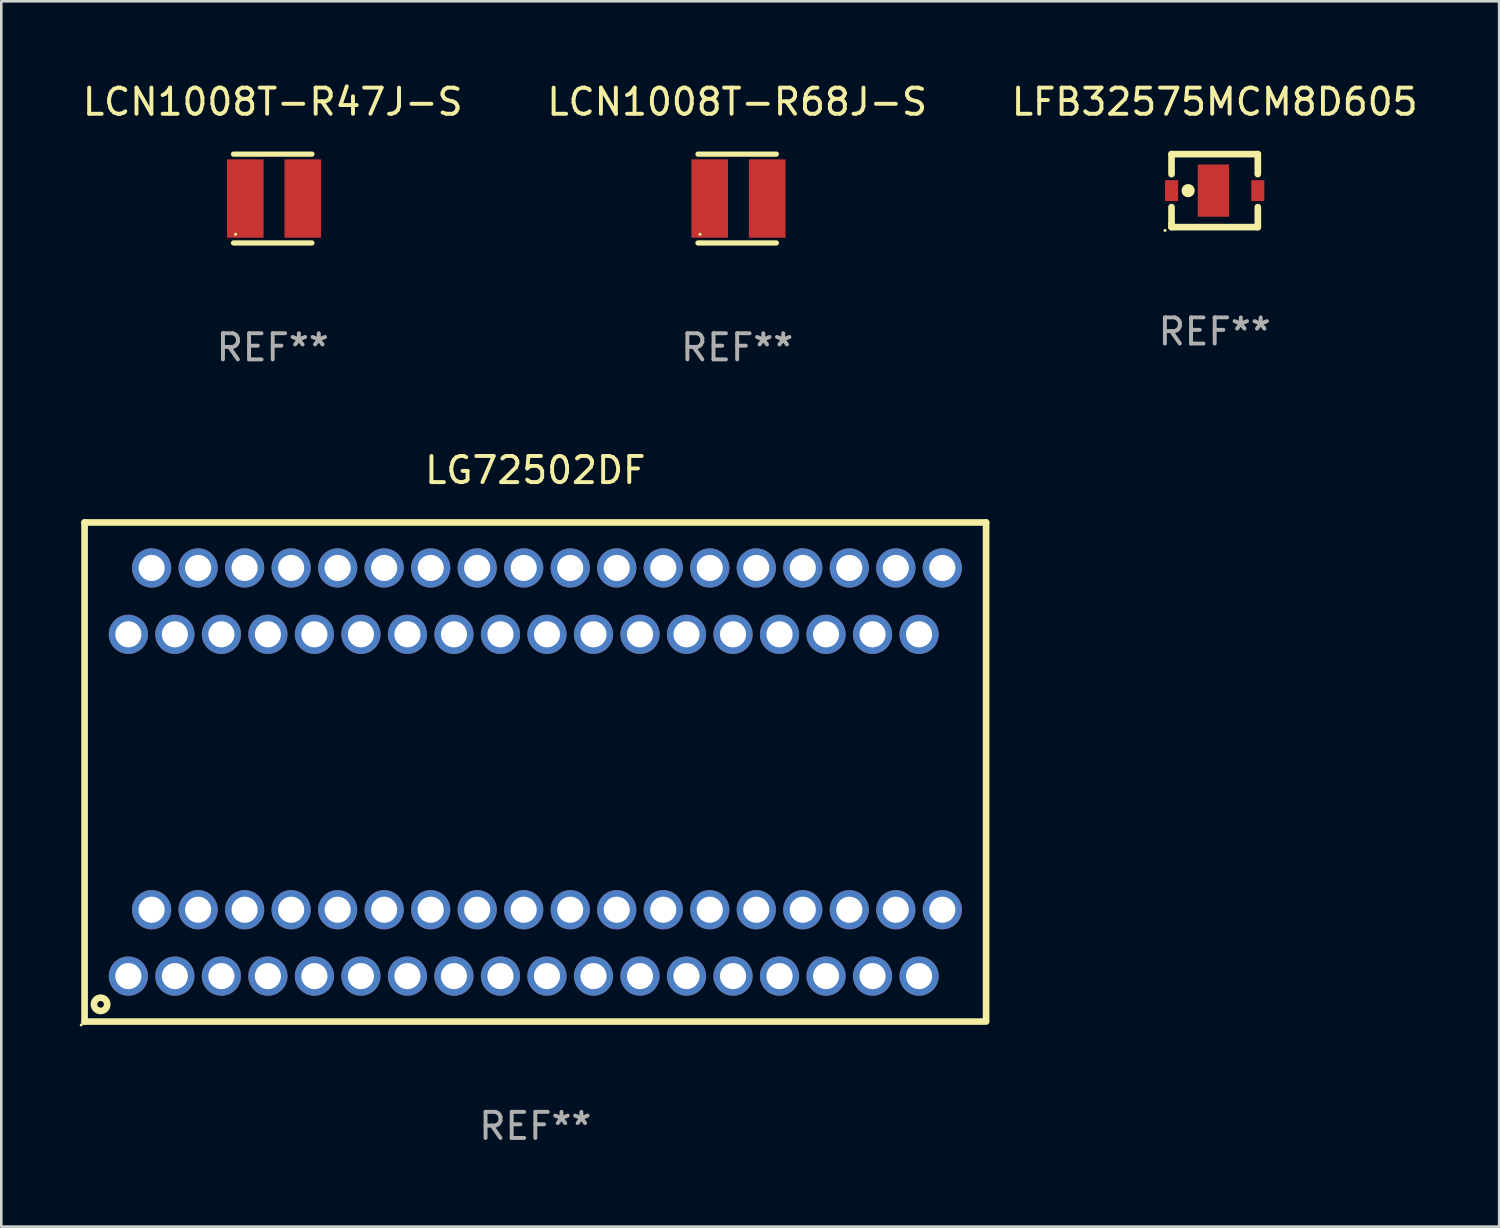
<source format=kicad_pcb>
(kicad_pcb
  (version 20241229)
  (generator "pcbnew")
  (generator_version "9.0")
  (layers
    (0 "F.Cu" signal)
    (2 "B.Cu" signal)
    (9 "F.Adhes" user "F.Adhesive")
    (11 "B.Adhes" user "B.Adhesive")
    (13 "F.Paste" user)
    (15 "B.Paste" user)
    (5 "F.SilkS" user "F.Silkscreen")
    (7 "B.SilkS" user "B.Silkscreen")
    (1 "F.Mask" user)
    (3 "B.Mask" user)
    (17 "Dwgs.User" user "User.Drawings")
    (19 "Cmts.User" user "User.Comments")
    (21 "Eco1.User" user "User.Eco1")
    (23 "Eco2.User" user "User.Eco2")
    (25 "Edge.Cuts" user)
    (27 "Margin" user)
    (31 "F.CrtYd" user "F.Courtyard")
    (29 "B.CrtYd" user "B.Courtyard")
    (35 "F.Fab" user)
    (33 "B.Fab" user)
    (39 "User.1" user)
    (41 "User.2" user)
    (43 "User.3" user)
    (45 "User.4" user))
  (footprint "LCN1008T-R68J-S"
    (layer "F.Cu")
    (at 25.161 4.548)
    (property "Reference" "LCN1008T-R68J-S" (at 0 -3.7 0) (layer "F.SilkS") (effects (font (size 1 1) (thickness 0.15))))
    (attr through_hole)
    (fp_line (start -1.5 -1.7) (end 1.5 -1.7) (stroke (width 0.2) (type solid)) (layer "F.SilkS"))
    (fp_line (start -1.5 1.7) (end 1.5 1.7) (stroke (width 0.2) (type solid)) (layer "F.SilkS"))
    (fp_circle (center -1.42 1.37) (end -1.39 1.37) (stroke (width 0.06) (type solid)) (fill no) (layer "F.SilkS"))
    (fp_text user "REF**" (at 0 5.7 0) (layer "F.Fab") (effects (font (size 1 1) (thickness 0.15))))
    (pad "1" smd rect (at -1.05 0) (size 1.4 3) (layers "F.Cu" "F.Mask" "F.Paste"))
    (pad "2" smd rect (at 1.15 0) (size 1.4 3) (layers "F.Cu" "F.Mask" "F.Paste")))
  (footprint "LCN1008T-R47J-S"
    (layer "F.Cu")
    (at 7.387 4.548)
    (property "Reference" "LCN1008T-R47J-S" (at 0 -3.7 0) (layer "F.SilkS") (effects (font (size 1 1) (thickness 0.15))))
    (attr through_hole)
    (fp_line (start -1.5 -1.7) (end 1.5 -1.7) (stroke (width 0.2) (type solid)) (layer "F.SilkS"))
    (fp_line (start -1.5 1.7) (end 1.5 1.7) (stroke (width 0.2) (type solid)) (layer "F.SilkS"))
    (fp_circle (center -1.42 1.37) (end -1.39 1.37) (stroke (width 0.06) (type solid)) (fill no) (layer "F.SilkS"))
    (fp_text user "REF**" (at 0 5.7 0) (layer "F.Fab") (effects (font (size 1 1) (thickness 0.15))))
    (pad "1" smd rect (at -1.05 0) (size 1.4 3) (layers "F.Cu" "F.Mask" "F.Paste"))
    (pad "2" smd rect (at 1.15 0) (size 1.4 3) (layers "F.Cu" "F.Mask" "F.Paste")))
  (footprint "LG72502DF"
    (layer "F.Cu")
    (at 17.437 26.495)
    (property "Reference" "LG72502DF" (at 0 -11.55 0) (layer "F.SilkS") (effects (font (size 1 1) (thickness 0.15))))
    (attr through_hole)
    (fp_line (start -17.25 -9.55) (end -17.25 9.55) (stroke (width 0.254) (type solid)) (layer "F.SilkS"))
    (fp_line (start -17.25 -9.55) (end 17.25 -9.55) (stroke (width 0.254) (type solid)) (layer "F.SilkS"))
    (fp_line (start -17.25 9.55) (end 17.145 9.55) (stroke (width 0.254) (type solid)) (layer "F.SilkS"))
    (fp_line (start 17.25 -9.55) (end 17.25 9.55) (stroke (width 0.254) (type solid)) (layer "F.SilkS"))
    (fp_circle (center -17.377 9.677) (end -17.347 9.677) (stroke (width 0.06) (type solid)) (fill no) (layer "F.SilkS"))
    (fp_circle (center -16.637 8.89) (end -16.383 8.89) (stroke (width 0.254) (type solid)) (fill no) (layer "F.SilkS"))
    (fp_text user "REF**" (at 0 13.55 0) (layer "F.Fab") (effects (font (size 1 1) (thickness 0.15))))
    (pad "1" thru_hole circle (at -15.575 7.81) (size 1.5 1.5) (drill 1) (layers "*.Cu" "*.Mask"))
    (pad "2" thru_hole circle (at -14.685 5.27) (size 1.5 1.5) (drill 1) (layers "*.Cu" "*.Mask"))
    (pad "3" thru_hole circle (at -13.795 7.81) (size 1.5 1.5) (drill 1) (layers "*.Cu" "*.Mask"))
    (pad "4" thru_hole circle (at -12.905 5.27) (size 1.5 1.5) (drill 1) (layers "*.Cu" "*.Mask"))
    (pad "5" thru_hole circle (at -12.015 7.81) (size 1.5 1.5) (drill 1) (layers "*.Cu" "*.Mask"))
    (pad "6" thru_hole circle (at -11.125 5.27) (size 1.5 1.5) (drill 1) (layers "*.Cu" "*.Mask"))
    (pad "7" thru_hole circle (at -10.235 7.81) (size 1.5 1.5) (drill 1) (layers "*.Cu" "*.Mask"))
    (pad "8" thru_hole circle (at -9.345 5.27) (size 1.5 1.5) (drill 1) (layers "*.Cu" "*.Mask"))
    (pad "9" thru_hole circle (at -8.455 7.81) (size 1.5 1.5) (drill 1) (layers "*.Cu" "*.Mask"))
    (pad "10" thru_hole circle (at -7.565 5.27) (size 1.5 1.5) (drill 1) (layers "*.Cu" "*.Mask"))
    (pad "11" thru_hole circle (at -6.675 7.81) (size 1.5 1.5) (drill 1) (layers "*.Cu" "*.Mask"))
    (pad "12" thru_hole circle (at -5.785 5.27) (size 1.5 1.5) (drill 1) (layers "*.Cu" "*.Mask"))
    (pad "13" thru_hole circle (at -4.895 7.81) (size 1.5 1.5) (drill 1) (layers "*.Cu" "*.Mask"))
    (pad "14" thru_hole circle (at -4.005 5.27) (size 1.5 1.5) (drill 1) (layers "*.Cu" "*.Mask"))
    (pad "15" thru_hole circle (at -3.115 7.81) (size 1.5 1.5) (drill 1) (layers "*.Cu" "*.Mask"))
    (pad "16" thru_hole circle (at -2.225 5.27) (size 1.5 1.5) (drill 1) (layers "*.Cu" "*.Mask"))
    (pad "17" thru_hole circle (at -1.335 7.81) (size 1.5 1.5) (drill 1) (layers "*.Cu" "*.Mask"))
    (pad "18" thru_hole circle (at -0.445 5.27) (size 1.5 1.5) (drill 1) (layers "*.Cu" "*.Mask"))
    (pad "19" thru_hole circle (at 0.445 7.81) (size 1.5 1.5) (drill 1) (layers "*.Cu" "*.Mask"))
    (pad "20" thru_hole circle (at 1.335 5.27) (size 1.5 1.5) (drill 1) (layers "*.Cu" "*.Mask"))
    (pad "21" thru_hole circle (at 2.225 7.81) (size 1.5 1.5) (drill 1) (layers "*.Cu" "*.Mask"))
    (pad "22" thru_hole circle (at 3.115 5.27) (size 1.5 1.5) (drill 1) (layers "*.Cu" "*.Mask"))
    (pad "23" thru_hole circle (at 4.005 7.81) (size 1.5 1.5) (drill 1) (layers "*.Cu" "*.Mask"))
    (pad "24" thru_hole circle (at 4.895 5.27) (size 1.5 1.5) (drill 1) (layers "*.Cu" "*.Mask"))
    (pad "25" thru_hole circle (at 5.785 7.81) (size 1.5 1.5) (drill 1) (layers "*.Cu" "*.Mask"))
    (pad "26" thru_hole circle (at 6.675 5.27) (size 1.5 1.5) (drill 1) (layers "*.Cu" "*.Mask"))
    (pad "27" thru_hole circle (at 7.565 7.81) (size 1.5 1.5) (drill 1) (layers "*.Cu" "*.Mask"))
    (pad "28" thru_hole circle (at 8.455 5.27) (size 1.5 1.5) (drill 1) (layers "*.Cu" "*.Mask"))
    (pad "29" thru_hole circle (at 9.345 7.81) (size 1.5 1.5) (drill 1) (layers "*.Cu" "*.Mask"))
    (pad "30" thru_hole circle (at 10.235 5.27) (size 1.5 1.5) (drill 1) (layers "*.Cu" "*.Mask"))
    (pad "31" thru_hole circle (at 11.125 7.81) (size 1.5 1.5) (drill 1) (layers "*.Cu" "*.Mask"))
    (pad "32" thru_hole circle (at 12.015 5.27) (size 1.5 1.5) (drill 1) (layers "*.Cu" "*.Mask"))
    (pad "33" thru_hole circle (at 12.905 7.81) (size 1.5 1.5) (drill 1) (layers "*.Cu" "*.Mask"))
    (pad "34" thru_hole circle (at 13.795 5.27) (size 1.5 1.5) (drill 1) (layers "*.Cu" "*.Mask"))
    (pad "35" thru_hole circle (at 14.685 7.81) (size 1.5 1.5) (drill 1) (layers "*.Cu" "*.Mask"))
    (pad "36" thru_hole circle (at 15.575 5.27) (size 1.5 1.5) (drill 1) (layers "*.Cu" "*.Mask"))
    (pad "37" thru_hole circle (at 15.575 -7.81) (size 1.5 1.5) (drill 1) (layers "*.Cu" "*.Mask"))
    (pad "38" thru_hole circle (at 14.685 -5.27) (size 1.5 1.5) (drill 1) (layers "*.Cu" "*.Mask"))
    (pad "39" thru_hole circle (at 13.795 -7.81) (size 1.5 1.5) (drill 1) (layers "*.Cu" "*.Mask"))
    (pad "40" thru_hole circle (at 12.905 -5.27) (size 1.5 1.5) (drill 1) (layers "*.Cu" "*.Mask"))
    (pad "41" thru_hole circle (at 12.015 -7.81) (size 1.5 1.5) (drill 1) (layers "*.Cu" "*.Mask"))
    (pad "42" thru_hole circle (at 11.125 -5.27) (size 1.5 1.5) (drill 1) (layers "*.Cu" "*.Mask"))
    (pad "43" thru_hole circle (at 10.235 -7.81) (size 1.5 1.5) (drill 1) (layers "*.Cu" "*.Mask"))
    (pad "44" thru_hole circle (at 9.345 -5.27) (size 1.5 1.5) (drill 1) (layers "*.Cu" "*.Mask"))
    (pad "45" thru_hole circle (at 8.455 -7.81) (size 1.5 1.5) (drill 1) (layers "*.Cu" "*.Mask"))
    (pad "46" thru_hole circle (at 7.565 -5.27) (size 1.5 1.5) (drill 1) (layers "*.Cu" "*.Mask"))
    (pad "47" thru_hole circle (at 6.675 -7.81) (size 1.5 1.5) (drill 1) (layers "*.Cu" "*.Mask"))
    (pad "48" thru_hole circle (at 5.785 -5.27) (size 1.5 1.5) (drill 1) (layers "*.Cu" "*.Mask"))
    (pad "49" thru_hole circle (at 4.895 -7.81) (size 1.5 1.5) (drill 1) (layers "*.Cu" "*.Mask"))
    (pad "50" thru_hole circle (at 4.005 -5.27) (size 1.5 1.5) (drill 1) (layers "*.Cu" "*.Mask"))
    (pad "51" thru_hole circle (at 3.115 -7.81) (size 1.5 1.5) (drill 1) (layers "*.Cu" "*.Mask"))
    (pad "52" thru_hole circle (at 2.225 -5.27) (size 1.5 1.5) (drill 1) (layers "*.Cu" "*.Mask"))
    (pad "53" thru_hole circle (at 1.335 -7.81) (size 1.5 1.5) (drill 1) (layers "*.Cu" "*.Mask"))
    (pad "54" thru_hole circle (at 0.445 -5.27) (size 1.5 1.5) (drill 1) (layers "*.Cu" "*.Mask"))
    (pad "55" thru_hole circle (at -0.445 -7.81) (size 1.5 1.5) (drill 1) (layers "*.Cu" "*.Mask"))
    (pad "56" thru_hole circle (at -1.335 -5.27) (size 1.5 1.5) (drill 1) (layers "*.Cu" "*.Mask"))
    (pad "57" thru_hole circle (at -2.225 -7.81) (size 1.5 1.5) (drill 1) (layers "*.Cu" "*.Mask"))
    (pad "58" thru_hole circle (at -3.115 -5.27) (size 1.5 1.5) (drill 1) (layers "*.Cu" "*.Mask"))
    (pad "59" thru_hole circle (at -4.005 -7.81) (size 1.5 1.5) (drill 1) (layers "*.Cu" "*.Mask"))
    (pad "60" thru_hole circle (at -4.895 -5.27) (size 1.5 1.5) (drill 1) (layers "*.Cu" "*.Mask"))
    (pad "61" thru_hole circle (at -5.785 -7.81) (size 1.5 1.5) (drill 1) (layers "*.Cu" "*.Mask"))
    (pad "62" thru_hole circle (at -6.675 -5.27) (size 1.5 1.5) (drill 1) (layers "*.Cu" "*.Mask"))
    (pad "63" thru_hole circle (at -7.565 -7.81) (size 1.5 1.5) (drill 1) (layers "*.Cu" "*.Mask"))
    (pad "64" thru_hole circle (at -8.455 -5.27) (size 1.5 1.5) (drill 1) (layers "*.Cu" "*.Mask"))
    (pad "65" thru_hole circle (at -9.345 -7.81) (size 1.5 1.5) (drill 1) (layers "*.Cu" "*.Mask"))
    (pad "66" thru_hole circle (at -10.235 -5.27) (size 1.5 1.5) (drill 1) (layers "*.Cu" "*.Mask"))
    (pad "67" thru_hole circle (at -11.125 -7.81) (size 1.5 1.5) (drill 1) (layers "*.Cu" "*.Mask"))
    (pad "68" thru_hole circle (at -12.015 -5.27) (size 1.5 1.5) (drill 1) (layers "*.Cu" "*.Mask"))
    (pad "69" thru_hole circle (at -12.905 -7.81) (size 1.5 1.5) (drill 1) (layers "*.Cu" "*.Mask"))
    (pad "70" thru_hole circle (at -13.795 -5.27) (size 1.5 1.5) (drill 1) (layers "*.Cu" "*.Mask"))
    (pad "71" thru_hole circle (at -14.685 -7.81) (size 1.5 1.5) (drill 1) (layers "*.Cu" "*.Mask"))
    (pad "72" thru_hole circle (at -15.575 -5.27) (size 1.5 1.5) (drill 1) (layers "*.Cu" "*.Mask")))
  (footprint "LFB32575MCM8D605"
    (layer "F.Cu")
    (at 43.435 4.245)
    (property "Reference" "LFB32575MCM8D605" (at 0 -3.397 0) (layer "F.SilkS") (effects (font (size 1 1) (thickness 0.15))))
    (attr through_hole)
    (fp_line (start -1.651 -1.397) (end -1.651 -0.631) (stroke (width 0.254) (type solid)) (layer "F.SilkS"))
    (fp_line (start -1.651 0.631) (end -1.651 1.27) (stroke (width 0.254) (type solid)) (layer "F.SilkS"))
    (fp_line (start -1.651 1.27) (end -1.651 1.397) (stroke (width 0.254) (type solid)) (layer "F.SilkS"))
    (fp_line (start -1.651 1.397) (end 1.651 1.397) (stroke (width 0.254) (type solid)) (layer "F.SilkS"))
    (fp_line (start 1.651 -1.397) (end -1.651 -1.397) (stroke (width 0.254) (type solid)) (layer "F.SilkS"))
    (fp_line (start 1.651 -0.631) (end 1.651 -1.397) (stroke (width 0.254) (type solid)) (layer "F.SilkS"))
    (fp_line (start 1.651 1.397) (end 1.651 0.631) (stroke (width 0.254) (type solid)) (layer "F.SilkS"))
    (fp_circle (center -1.9 1.524) (end -1.87 1.524) (stroke (width 0.06) (type solid)) (fill no) (layer "F.SilkS"))
    (fp_circle (center -1.016 0) (end -0.889 0) (stroke (width 0.254) (type solid)) (fill no) (layer "F.SilkS"))
    (fp_text user "REF**" (at 0 5.397 0) (layer "F.Fab") (effects (font (size 1 1) (thickness 0.15))))
    (pad "1" smd rect (at -1.65 0) (size 0.5 0.8) (layers "F.Cu" "F.Mask" "F.Paste"))
    (pad "2" smd rect (at -0.05 0) (size 1.2 2) (layers "F.Cu" "F.Mask" "F.Paste"))
    (pad "3" smd rect (at 1.65 0) (size 0.5 0.8) (layers "F.Cu" "F.Mask" "F.Paste")))
  (gr_rect
    (start -3 -3)
    (end 54.321 43.893)
    (stroke (width 0.1) (type default))
    (fill no)
    (layer "Edge.Cuts")))
</source>
